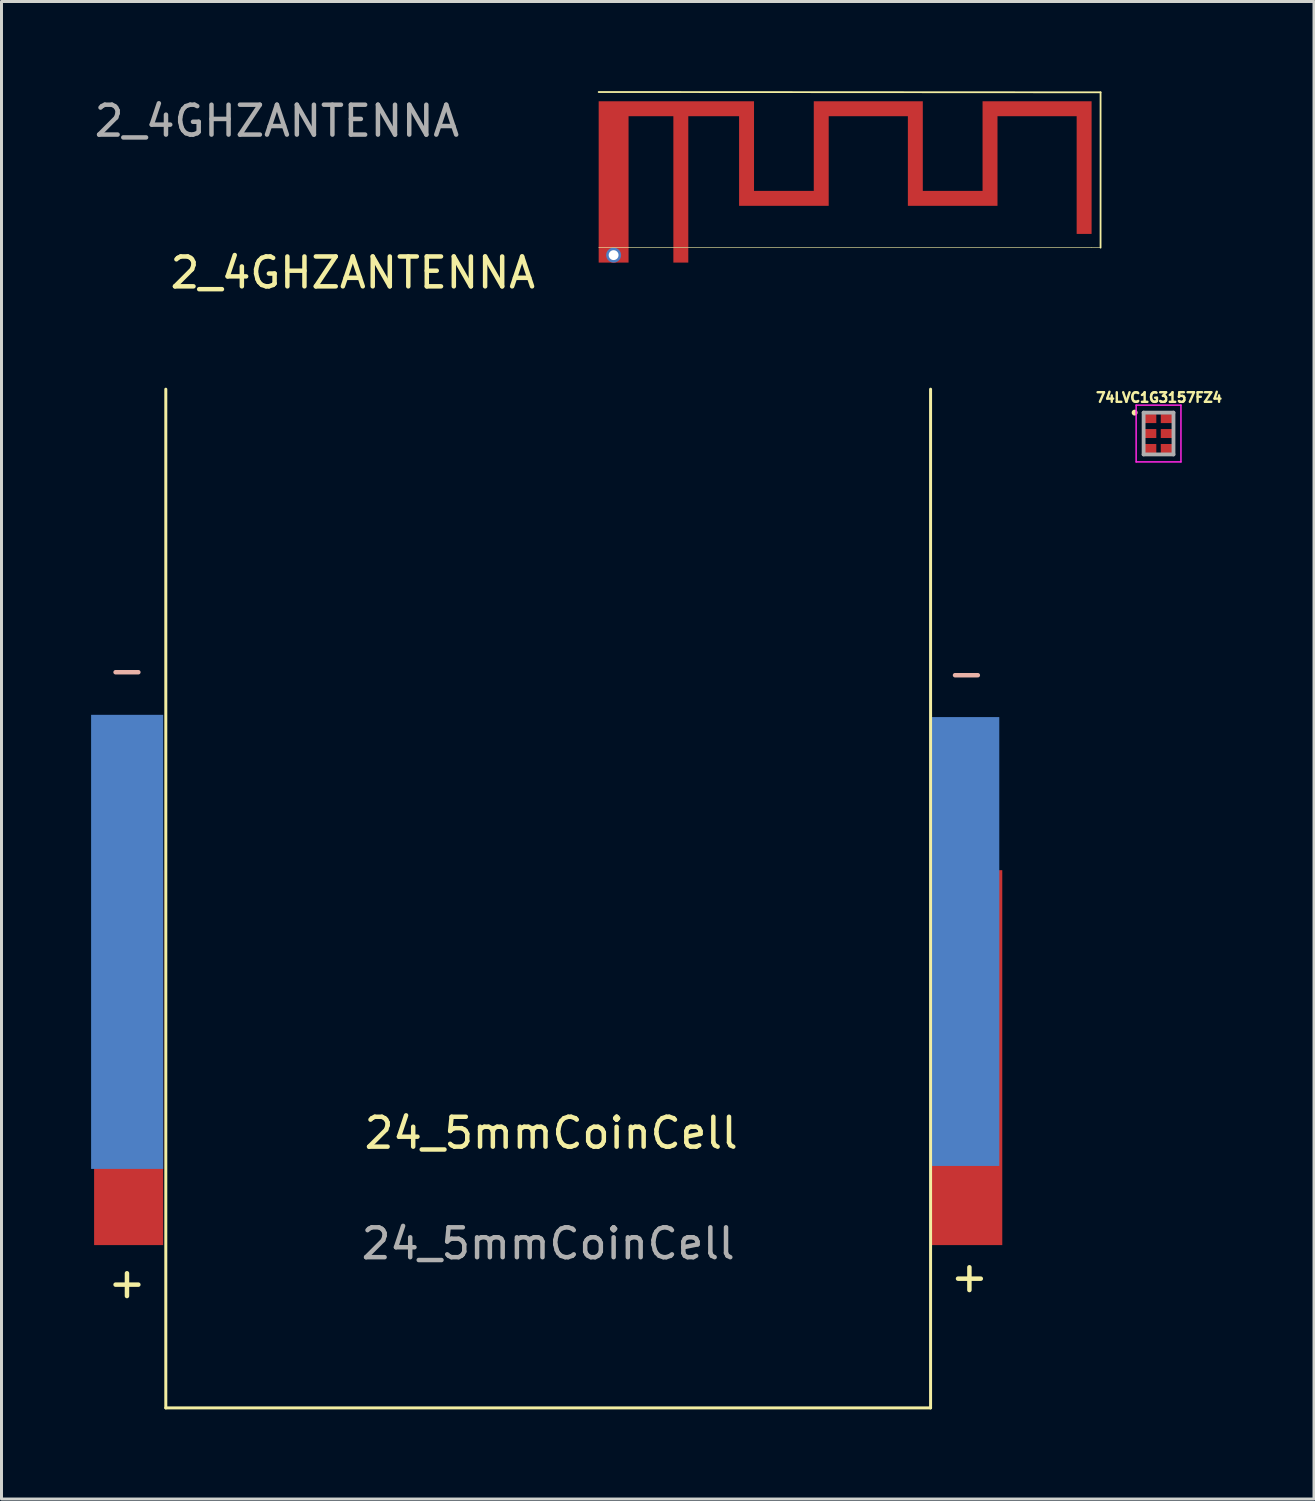
<source format=kicad_pcb>
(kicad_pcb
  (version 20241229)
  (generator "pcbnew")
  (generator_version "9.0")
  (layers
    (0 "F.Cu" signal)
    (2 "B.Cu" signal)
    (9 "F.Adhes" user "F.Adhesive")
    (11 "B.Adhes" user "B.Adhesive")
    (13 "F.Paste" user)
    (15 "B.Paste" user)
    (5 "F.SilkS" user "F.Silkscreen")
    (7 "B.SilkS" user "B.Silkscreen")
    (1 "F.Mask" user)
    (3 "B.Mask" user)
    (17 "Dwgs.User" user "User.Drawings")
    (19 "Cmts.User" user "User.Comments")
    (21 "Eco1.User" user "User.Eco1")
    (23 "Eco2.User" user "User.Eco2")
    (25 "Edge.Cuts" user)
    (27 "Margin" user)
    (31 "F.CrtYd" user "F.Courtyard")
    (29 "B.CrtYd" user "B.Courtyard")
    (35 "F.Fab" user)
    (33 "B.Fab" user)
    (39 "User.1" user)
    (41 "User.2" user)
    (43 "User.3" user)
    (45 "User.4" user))
  (footprint "74LVC1G3157FZ4"
    (layer "F.Cu")
    (at 35.731 11.462)
    (property "Reference" "74LVC1G3157FZ4" (at 0.016 -1.206 0) (layer "F.SilkS") (effects (font (size 0.321 0.321) (thickness 0.15))))
    (attr through_hole)
    (fp_circle (center -0.8 -0.7) (end -0.75 -0.7) (stroke (width 0.1) (type solid)) (fill no) (layer "F.SilkS"))
    (fp_line (start -0.75 -0.95) (end -0.75 0.95) (stroke (width 0.05) (type solid)) (layer "F.CrtYd"))
    (fp_line (start -0.75 0.95) (end 0.75 0.95) (stroke (width 0.05) (type solid)) (layer "F.CrtYd"))
    (fp_line (start 0.75 -0.95) (end -0.75 -0.95) (stroke (width 0.05) (type solid)) (layer "F.CrtYd"))
    (fp_line (start 0.75 0.95) (end 0.75 -0.95) (stroke (width 0.05) (type solid)) (layer "F.CrtYd"))
    (fp_line (start -0.5 -0.7) (end -0.5 0.7) (stroke (width 0.127) (type solid)) (layer "F.Fab"))
    (fp_line (start -0.5 0.7) (end 0.5 0.7) (stroke (width 0.127) (type solid)) (layer "F.Fab"))
    (fp_line (start 0.5 -0.7) (end -0.5 -0.7) (stroke (width 0.127) (type solid)) (layer "F.Fab"))
    (fp_line (start 0.5 0.7) (end 0.5 -0.7) (stroke (width 0.127) (type solid)) (layer "F.Fab"))
    (pad "1" smd rect (at -0.275 -0.5 270) (size 0.3 0.4) (layers "F.Cu" "F.Mask" "F.Paste"))
    (pad "2" smd rect (at -0.275 0 270) (size 0.3 0.4) (layers "F.Cu" "F.Mask" "F.Paste"))
    (pad "3" smd rect (at -0.275 0.5 270) (size 0.3 0.4) (layers "F.Cu" "F.Mask" "F.Paste"))
    (pad "4" smd rect (at 0.275 0.5 90) (size 0.3 0.4) (layers "F.Cu" "F.Mask" "F.Paste"))
    (pad "5" smd rect (at 0.275 0 90) (size 0.3 0.4) (layers "F.Cu" "F.Mask" "F.Paste"))
    (pad "6" smd rect (at 0.275 -0.5 90) (size 0.3 0.4) (layers "F.Cu" "F.Mask" "F.Paste")))
  (footprint "2_4GHZANTENNA"
    (layer "F.Cu")
    (at 16.99 0.34)
    (property "Reference" "2_4GHZANTENNA" (at -8.23 5.74 0) (unlocked yes) (layer "F.SilkS") (effects (font (size 1 1) (thickness 0.15))))
    (attr smd)
    (fp_line (start 1 4.9) (end 0 4.9) (stroke (width 0.02) (type solid)) (layer "F.SilkS"))
    (fp_line (start 1 4.9) (end 16.5 4.9) (stroke (width 0.02) (type solid)) (layer "F.SilkS"))
    (fp_line (start 16.5 4.9) (end 16.8 4.9) (stroke (width 0.02) (type solid)) (layer "F.SilkS"))
    (fp_line (start 16.8 -0.3) (end 0 -0.31) (stroke (width 0.06) (type solid)) (layer "F.SilkS"))
    (fp_line (start 16.8 4.9) (end 16.8 -0.3) (stroke (width 0.06) (type solid)) (layer "F.SilkS"))
    (fp_text user "${REFERENCE}" (at -10.77 0.66 0) (unlocked yes) (layer "F.Fab") (effects (font (size 1 1) (thickness 0.15))))
    (pad "1" smd rect (at 2.75 5.15 270) (size 0.5 0.5) (layers "F.Cu" "F.Mask" "F.Paste"))
    (pad "2" smd custom (at 5 2.54) (size 0.2 0.2) (layers "F.Cu" "F.Mask" "F.Paste") (options (anchor circle)) (primitives (gr_poly (pts (xy -0.1 -0.712) (xy -0.096 -0.731) (xy -0.085 -0.747) (xy -0.069 -0.758) (xy -0.05 -0.762) (xy 0.05 -0.762) (xy 0.069 -0.758) (xy 0.085 -0.747) (xy 0.096 -0.731) (xy 0.1 -0.712) (xy 0.1 0.712) (xy 0.096 0.731) (xy 0.085 0.747) (xy 0.069 0.758) (xy 0.05 0.762) (xy -0.05 0.762) (xy -0.069 0.758) (xy -0.085 0.747) (xy -0.096 0.731) (xy -0.1 0.712)) (width 0) (fill yes)) (gr_line (start 0.05 0.712) (end 2.4 0.66) (width 0.2)) (gr_line (start 2.4 0.66) (end 2.45 -2.29) (width 0.2)) (gr_line (start 2.45 -2.29) (end 5.6 -2.34) (width 0.2)) (gr_line (start 5.6 -2.34) (end 5.7 0.71) (width 0.2)) (gr_line (start 5.7 0.71) (end 8.1 0.66) (width 0.2)) (gr_line (start 8.1 0.66) (end 8.05 -2.29) (width 0.2)) (gr_line (start 8.05 -2.29) (end 11.25 -2.34) (width 0.2)) (gr_line (start 11.25 -2.34) (end 11.3 1.61) (width 0.2)) (gr_line (start 0 0.21) (end 0.05 0.712) (width 0.2)) (gr_line (start 0 0) (end -0.05 -2.04) (width 0.2)) (gr_line (start -0.05 -2.04) (end -0.1 -2.39) (width 0.2)) (gr_line (start -0.1 -2.39) (end -4.55 -2.29) (width 0.2)) (gr_line (start -2.2 -2.34) (end -2.15 1.66) (width 0.2)) (gr_line (start -4.55 -2.29) (end -4.55 2.41) (width 0.2)) (gr_poly (pts (xy 0.2 0.46) (xy 2.2 0.46) (xy 2.2 0.96) (xy 0.2 0.96)) (width 0.000001) (fill yes)) (gr_poly (pts (xy -0.3 -2.04) (xy 0.2 -2.04) (xy 0.2 0.96) (xy -0.3 0.96)) (width 0.000001) (fill yes)) (gr_poly (pts (xy 7.85 -2.04) (xy 8.35 -2.04) (xy 8.35 0.96) (xy 7.85 0.96)) (width 0.000001) (fill yes)) (gr_poly (pts (xy 5.85 0.46) (xy 7.85 0.46) (xy 7.85 0.96) (xy 5.85 0.96)) (width 0.000001) (fill yes)) (gr_poly (pts (xy -5 -2.04) (xy -4 -2.04) (xy -4 2.86) (xy -5 2.86)) (width 0.000001) (fill yes)) (gr_poly (pts (xy 2.2 -2.54) (xy 5.85 -2.54) (xy 5.85 -2.04) (xy 2.2 -2.04)) (width 0.000001) (fill yes)) (gr_poly (pts (xy 7.85 -2.54) (xy 11.5 -2.54) (xy 11.5 -2.04) (xy 7.85 -2.04)) (width 0.000001) (fill yes)) (gr_poly (pts (xy -5 -2.54) (xy 0.2 -2.54) (xy 0.2 -2.04) (xy -5 -2.04)) (width 0.000001) (fill yes)) (gr_poly (pts (xy 11 -2.04) (xy 11.5 -2.04) (xy 11.5 1.9) (xy 11 1.9)) (width 0.000001) (fill yes)) (gr_poly (pts (xy -2.5 -2.04) (xy -2 -2.04) (xy -2 2.36) (xy -2.5 2.36)) (width 0.000001) (fill yes)) (gr_poly (pts (xy 5.35 -2.04) (xy 5.85 -2.04) (xy 5.85 0.96) (xy 5.35 0.96)) (width 0.000001) (fill yes)) (gr_poly (pts (xy 2.2 -2.04) (xy 2.7 -2.04) (xy 2.7 0.96) (xy 2.2 0.96)) (width 0.000001) (fill yes))))
    (pad "3" thru_hole circle (at 0.5 5.15) (size 0.5 0.5) (drill 0.33) (layers "*.Cu" "*.Mask")))
  (footprint "24_5mmCoinCell"
    (layer "F.Cu")
    (at 15.3 36.078)
    (property "Reference" "24_5mmCoinCell" (at 0.1 -1.2 0) (unlocked yes) (layer "F.SilkS") (effects (font (size 1 1) (thickness 0.15))))
    (attr smd)
    (fp_line (start -12.8 8) (end -12.8 -26.1) (stroke (width 0.1) (type solid)) (layer "F.SilkS"))
    (fp_line (start 12.8 -26.1) (end 12.8 8) (stroke (width 0.1) (type solid)) (layer "F.SilkS"))
    (fp_line (start 12.8 8) (end -12.8 8) (stroke (width 0.1) (type solid)) (layer "F.SilkS"))
    (fp_rect (start -15.2 -10) (end -12.8 2.55) (stroke (width 0.12) (type solid)) (fill yes) (layer "F.Paste"))
    (fp_rect (start 12.8 -10) (end 15.2 2.55) (stroke (width 0.12) (type solid)) (fill yes) (layer "F.Paste"))
    (fp_rect (start -15.2 -15.15) (end -12.8 0) (stroke (width 0.12) (type solid)) (fill yes) (layer "B.Paste"))
    (fp_rect (start 12.8 -15.15) (end 15.2 0) (stroke (width 0.12) (type solid)) (fill yes) (layer "B.Paste"))
    (fp_text user "+" (at -14.1 3.8 0) (unlocked yes) (layer "F.SilkS") (effects (font (size 1 1) (thickness 0.15))))
    (fp_text user "+" (at 14.1 3.6 0) (unlocked yes) (layer "F.SilkS") (effects (font (size 1 1) (thickness 0.15))))
    (fp_text user "-" (at -14.1 -16.7 0) (unlocked yes) (layer "B.SilkS") (effects (font (size 1 1) (thickness 0.15))))
    (fp_text user "-" (at 14 -16.6 0) (unlocked yes) (layer "B.SilkS") (effects (font (size 1 1) (thickness 0.15))))
    (fp_text user "${REFERENCE}" (at 0 2.5 0) (unlocked yes) (layer "F.Fab") (effects (font (size 1 1) (thickness 0.15))))
    (pad "1" smd rect (at -14.044 -3.725 270) (size 12.55 2.312) (layers "F.Cu" "F.Mask" "F.Paste"))
    (pad "1" smd rect (at 14 -3.725 270) (size 12.55 2.4) (layers "F.Cu" "F.Mask" "F.Paste"))
    (pad "2" smd rect (at -14.094 -7.6 270) (size 15.2 2.413) (layers "F.Mask" "B.Cu" "F.Paste"))
    (pad "2" smd rect (at 13.95 -7.612 270) (size 15.025 2.3) (layers "F.Mask" "B.Cu" "F.Paste")))
  (gr_rect
    (start -3 -3)
    (end 40.935 47.128)
    (stroke (width 0.1) (type default))
    (fill no)
    (layer "Edge.Cuts")))
</source>
